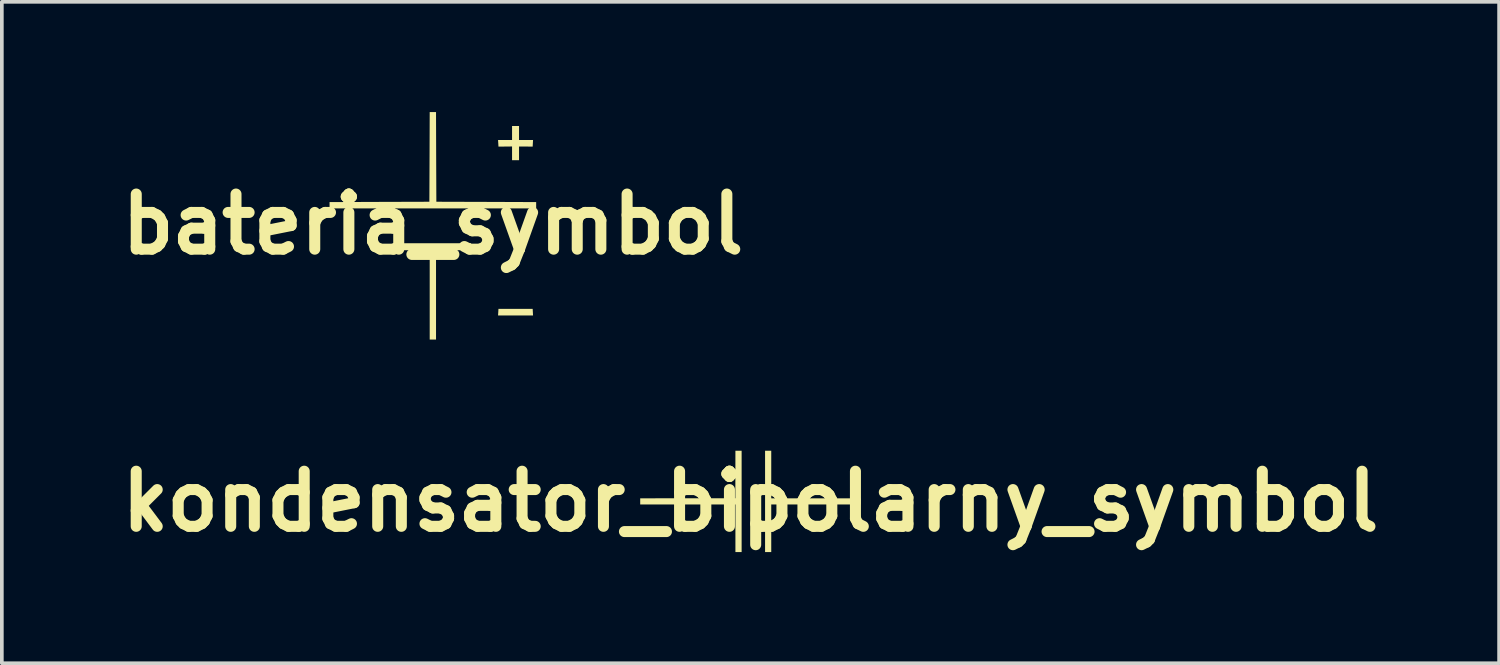
<source format=kicad_pcb>
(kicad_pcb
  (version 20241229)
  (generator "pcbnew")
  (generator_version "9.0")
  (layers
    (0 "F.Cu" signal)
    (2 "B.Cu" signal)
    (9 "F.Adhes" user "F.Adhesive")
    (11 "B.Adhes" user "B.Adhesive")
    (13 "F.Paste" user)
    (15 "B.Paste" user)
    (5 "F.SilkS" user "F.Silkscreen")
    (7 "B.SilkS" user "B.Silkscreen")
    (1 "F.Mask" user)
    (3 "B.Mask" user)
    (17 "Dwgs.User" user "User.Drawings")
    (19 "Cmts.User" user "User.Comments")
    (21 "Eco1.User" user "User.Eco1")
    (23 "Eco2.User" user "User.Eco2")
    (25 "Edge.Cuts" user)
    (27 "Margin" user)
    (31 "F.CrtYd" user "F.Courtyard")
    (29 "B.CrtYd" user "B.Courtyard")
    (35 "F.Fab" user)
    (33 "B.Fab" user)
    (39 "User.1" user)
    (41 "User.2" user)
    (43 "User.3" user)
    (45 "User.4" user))
  (footprint "kondensator_bipolarny_symbol"
    (layer "F.Cu")
    (at 17.371 10.594)
    (property "Reference" "kondensator_bipolarny_symbol" (at 0 0 0) (layer "F.SilkS") (effects (font (size 1.5 1.5) (thickness 0.3))))
    (attr board_only exclude_from_pos_files exclude_from_bom)
    (fp_poly (pts (xy -0.24 -0.000001) (xy -0.24 1.378) (xy -0.324 1.378) (xy -0.409 1.378) (xy -0.409 0.731) (xy -0.409 0.084) (xy -1.704 0.084) (xy -3 0.084) (xy -3 0.000005) (xy -3 -0.084) (xy -1.705 -0.085) (xy -0.411 -0.086) (xy -0.41 -0.732) (xy -0.409 -1.378) (xy -0.324 -1.378) (xy -0.24 -1.378)) (stroke (width 0) (type solid)) (fill yes) (layer "F.SilkS"))
    (fp_poly (pts (xy 0.566 -0.731) (xy 0.566 -0.084) (xy 1.781 -0.084) (xy 1.909 -0.084) (xy 2.03 -0.084) (xy 2.144 -0.084) (xy 2.251 -0.084) (xy 2.351 -0.084) (xy 2.444 -0.084) (xy 2.53 -0.084) (xy 2.609 -0.084) (xy 2.68 -0.083) (xy 2.745 -0.083) (xy 2.802 -0.083) (xy 2.852 -0.083) (xy 2.894 -0.082) (xy 2.93 -0.082) (xy 2.958 -0.082) (xy 2.978 -0.082) (xy 2.991 -0.081) (xy 2.997 -0.081) (xy 2.997 -0.081) (xy 2.997 -0.076) (xy 2.998 -0.065) (xy 2.998 -0.049) (xy 2.998 -0.028) (xy 2.997 -0.005) (xy 2.997 0.004) (xy 2.996 0.084) (xy 1.781 0.084) (xy 0.566 0.084) (xy 0.566 0.731) (xy 0.566 1.378) (xy 0.482 1.378) (xy 0.398 1.378) (xy 0.398 -0.000001) (xy 0.398 -1.378) (xy 0.482 -1.378) (xy 0.566 -1.378)) (stroke (width 0) (type solid)) (fill yes) (layer "F.SilkS")))
  (footprint "bateria_symbol"
    (layer "F.Cu")
    (at 8.729 3.052)
    (property "Reference" "bateria_symbol" (at 0 0 0) (layer "F.SilkS") (effects (font (size 1.5 1.5) (thickness 0.3))))
    (attr board_only exclude_from_pos_files exclude_from_bom)
    (fp_poly (pts (xy 2.721 2.393) (xy 2.726 2.483) (xy 2.25 2.483) (xy 1.774 2.483) (xy 1.78 2.393) (xy 1.785 2.302) (xy 2.25 2.302) (xy 2.716 2.302)) (stroke (width 0) (type solid)) (fill yes) (layer "F.SilkS"))
    (fp_poly (pts (xy 0.09 -1.832) (xy 0.095 -0.612) (xy 1.453 -0.608) (xy 2.811 -0.603) (xy 2.811 -0.517) (xy 2.811 -0.431) (xy 0 -0.431) (xy -2.811 -0.431) (xy -2.811 -0.517) (xy -2.811 -0.603) (xy -1.453 -0.608) (xy -0.095 -0.612) (xy -0.09 -1.832) (xy -0.086 -3.052) (xy 0 -3.052) (xy 0.086 -3.052)) (stroke (width 0) (type solid)) (fill yes) (layer "F.SilkS"))
    (fp_poly (pts (xy 1.035 0.612) (xy 1.035 0.707) (xy 0.56 0.707) (xy 0.086 0.707) (xy 0.086 1.923) (xy 0.086 3.138) (xy 0 3.138) (xy -0.086 3.138) (xy -0.086 1.923) (xy -0.086 0.707) (xy -0.56 0.707) (xy -1.035 0.707) (xy -1.035 0.612) (xy -1.035 0.517) (xy 0 0.517) (xy 1.035 0.517)) (stroke (width 0) (type solid)) (fill yes) (layer "F.SilkS"))
    (fp_poly (pts (xy 2.345 -2.483) (xy 2.345 -2.293) (xy 2.536 -2.293) (xy 2.726 -2.293) (xy 2.721 -2.203) (xy 2.716 -2.113) (xy 2.531 -2.114) (xy 2.345 -2.115) (xy 2.345 -1.928) (xy 2.345 -1.742) (xy 2.25 -1.742) (xy 2.155 -1.742) (xy 2.155 -1.929) (xy 2.155 -2.116) (xy 1.97 -2.114) (xy 1.785 -2.112) (xy 1.78 -2.203) (xy 1.774 -2.293) (xy 1.965 -2.293) (xy 2.155 -2.293) (xy 2.155 -2.483) (xy 2.155 -2.673) (xy 2.25 -2.673) (xy 2.345 -2.673)) (stroke (width 0) (type solid)) (fill yes) (layer "F.SilkS")))
  (gr_rect
    (start -3 -3)
    (end 37.743 14.998)
    (stroke (width 0.1) (type default))
    (fill no)
    (layer "Edge.Cuts")))
</source>
